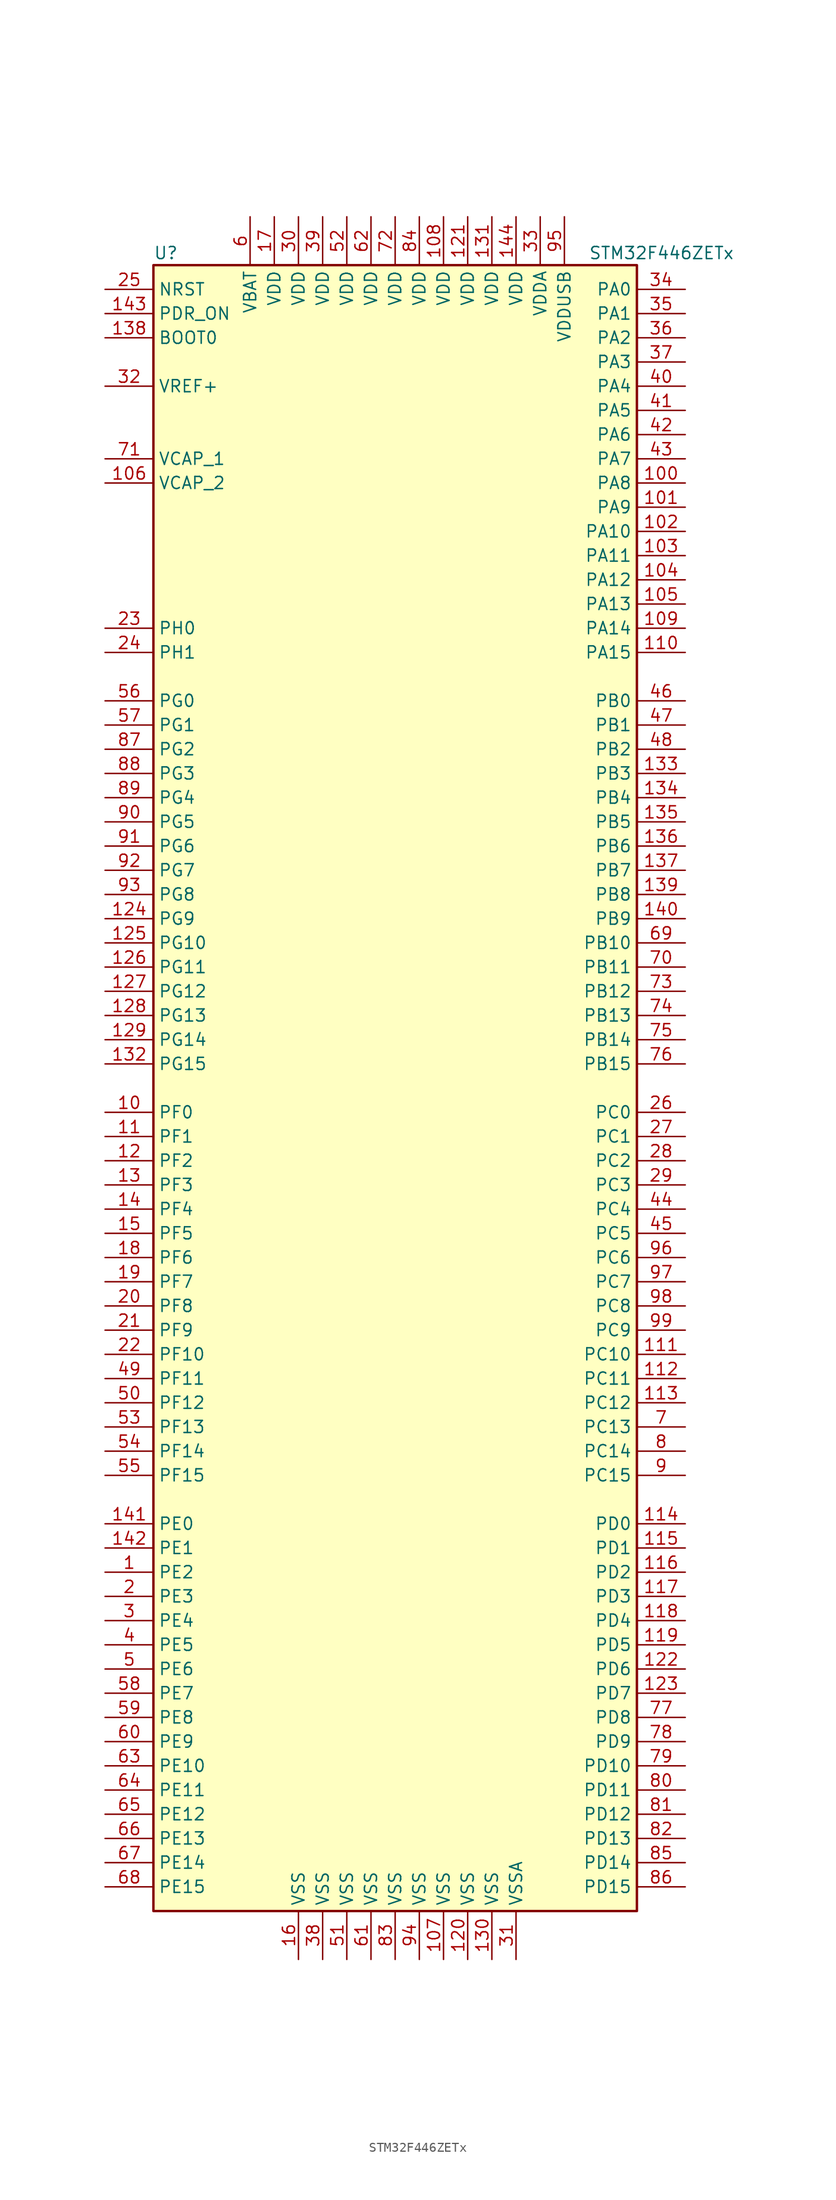
<source format=kicad_sym>
(kicad_symbol_lib
  (version 20211014)
  (generator kicad_symbol_editor)
  (symbol "STM32F446ZETx"
    (property "Reference" "U"
      (at -25.4 87.63 0)
      (effects (font (size 1.27 1.27)) (justify left)))
    (property "Value" "STM32F446ZETx"
      (at 20.32 87.63 0)
      (effects (font (size 1.27 1.27)) (justify left)))
    (symbol "STM32F446ZETx_0_1"
      (rectangle (start -25.4 -86.36) (end 25.4 86.36) (stroke (width 0.254) (type default) (color 0 0 0 0)) (fill (type background))))
    (symbol "STM32F446ZETx_1_1"
      (pin bidirectional line (at -30.48 -50.8 0) (length 5.08) (name "PE2" (effects (font (size 1.27 1.27)))) (number "1" (effects (font (size 1.27 1.27)))))
      (pin bidirectional line (at -30.48 -2.54 0) (length 5.08) (name "PF0" (effects (font (size 1.27 1.27)))) (number "10" (effects (font (size 1.27 1.27)))))
      (pin bidirectional line (at 30.48 63.5 180) (length 5.08) (name "PA8" (effects (font (size 1.27 1.27)))) (number "100" (effects (font (size 1.27 1.27)))))
      (pin bidirectional line (at 30.48 60.96 180) (length 5.08) (name "PA9" (effects (font (size 1.27 1.27)))) (number "101" (effects (font (size 1.27 1.27)))))
      (pin bidirectional line (at 30.48 58.42 180) (length 5.08) (name "PA10" (effects (font (size 1.27 1.27)))) (number "102" (effects (font (size 1.27 1.27)))))
      (pin bidirectional line (at 30.48 55.88 180) (length 5.08) (name "PA11" (effects (font (size 1.27 1.27)))) (number "103" (effects (font (size 1.27 1.27)))))
      (pin bidirectional line (at 30.48 53.34 180) (length 5.08) (name "PA12" (effects (font (size 1.27 1.27)))) (number "104" (effects (font (size 1.27 1.27)))))
      (pin bidirectional line (at 30.48 50.8 180) (length 5.08) (name "PA13" (effects (font (size 1.27 1.27)))) (number "105" (effects (font (size 1.27 1.27)))))
      (pin passive line (at -30.48 63.5 0) (length 5.08) (name "VCAP_2" (effects (font (size 1.27 1.27)))) (number "106" (effects (font (size 1.27 1.27)))))
      (pin power_in line (at 5.08 -91.44 90) (length 5.08) (name "VSS" (effects (font (size 1.27 1.27)))) (number "107" (effects (font (size 1.27 1.27)))))
      (pin power_in line (at 5.08 91.44 270) (length 5.08) (name "VDD" (effects (font (size 1.27 1.27)))) (number "108" (effects (font (size 1.27 1.27)))))
      (pin bidirectional line (at 30.48 48.26 180) (length 5.08) (name "PA14" (effects (font (size 1.27 1.27)))) (number "109" (effects (font (size 1.27 1.27)))))
      (pin bidirectional line (at -30.48 -5.08 0) (length 5.08) (name "PF1" (effects (font (size 1.27 1.27)))) (number "11" (effects (font (size 1.27 1.27)))))
      (pin bidirectional line (at 30.48 45.72 180) (length 5.08) (name "PA15" (effects (font (size 1.27 1.27)))) (number "110" (effects (font (size 1.27 1.27)))))
      (pin bidirectional line (at 30.48 -27.94 180) (length 5.08) (name "PC10" (effects (font (size 1.27 1.27)))) (number "111" (effects (font (size 1.27 1.27)))))
      (pin bidirectional line (at 30.48 -30.48 180) (length 5.08) (name "PC11" (effects (font (size 1.27 1.27)))) (number "112" (effects (font (size 1.27 1.27)))))
      (pin bidirectional line (at 30.48 -33.02 180) (length 5.08) (name "PC12" (effects (font (size 1.27 1.27)))) (number "113" (effects (font (size 1.27 1.27)))))
      (pin bidirectional line (at 30.48 -45.72 180) (length 5.08) (name "PD0" (effects (font (size 1.27 1.27)))) (number "114" (effects (font (size 1.27 1.27)))))
      (pin bidirectional line (at 30.48 -48.26 180) (length 5.08) (name "PD1" (effects (font (size 1.27 1.27)))) (number "115" (effects (font (size 1.27 1.27)))))
      (pin bidirectional line (at 30.48 -50.8 180) (length 5.08) (name "PD2" (effects (font (size 1.27 1.27)))) (number "116" (effects (font (size 1.27 1.27)))))
      (pin bidirectional line (at 30.48 -53.34 180) (length 5.08) (name "PD3" (effects (font (size 1.27 1.27)))) (number "117" (effects (font (size 1.27 1.27)))))
      (pin bidirectional line (at 30.48 -55.88 180) (length 5.08) (name "PD4" (effects (font (size 1.27 1.27)))) (number "118" (effects (font (size 1.27 1.27)))))
      (pin bidirectional line (at 30.48 -58.42 180) (length 5.08) (name "PD5" (effects (font (size 1.27 1.27)))) (number "119" (effects (font (size 1.27 1.27)))))
      (pin bidirectional line (at -30.48 -7.62 0) (length 5.08) (name "PF2" (effects (font (size 1.27 1.27)))) (number "12" (effects (font (size 1.27 1.27)))))
      (pin power_in line (at 7.62 -91.44 90) (length 5.08) (name "VSS" (effects (font (size 1.27 1.27)))) (number "120" (effects (font (size 1.27 1.27)))))
      (pin power_in line (at 7.62 91.44 270) (length 5.08) (name "VDD" (effects (font (size 1.27 1.27)))) (number "121" (effects (font (size 1.27 1.27)))))
      (pin bidirectional line (at 30.48 -60.96 180) (length 5.08) (name "PD6" (effects (font (size 1.27 1.27)))) (number "122" (effects (font (size 1.27 1.27)))))
      (pin bidirectional line (at 30.48 -63.5 180) (length 5.08) (name "PD7" (effects (font (size 1.27 1.27)))) (number "123" (effects (font (size 1.27 1.27)))))
      (pin bidirectional line (at -30.48 17.78 0) (length 5.08) (name "PG9" (effects (font (size 1.27 1.27)))) (number "124" (effects (font (size 1.27 1.27)))))
      (pin bidirectional line (at -30.48 15.24 0) (length 5.08) (name "PG10" (effects (font (size 1.27 1.27)))) (number "125" (effects (font (size 1.27 1.27)))))
      (pin bidirectional line (at -30.48 12.7 0) (length 5.08) (name "PG11" (effects (font (size 1.27 1.27)))) (number "126" (effects (font (size 1.27 1.27)))))
      (pin bidirectional line (at -30.48 10.16 0) (length 5.08) (name "PG12" (effects (font (size 1.27 1.27)))) (number "127" (effects (font (size 1.27 1.27)))))
      (pin bidirectional line (at -30.48 7.62 0) (length 5.08) (name "PG13" (effects (font (size 1.27 1.27)))) (number "128" (effects (font (size 1.27 1.27)))))
      (pin bidirectional line (at -30.48 5.08 0) (length 5.08) (name "PG14" (effects (font (size 1.27 1.27)))) (number "129" (effects (font (size 1.27 1.27)))))
      (pin bidirectional line (at -30.48 -10.16 0) (length 5.08) (name "PF3" (effects (font (size 1.27 1.27)))) (number "13" (effects (font (size 1.27 1.27)))))
      (pin power_in line (at 10.16 -91.44 90) (length 5.08) (name "VSS" (effects (font (size 1.27 1.27)))) (number "130" (effects (font (size 1.27 1.27)))))
      (pin power_in line (at 10.16 91.44 270) (length 5.08) (name "VDD" (effects (font (size 1.27 1.27)))) (number "131" (effects (font (size 1.27 1.27)))))
      (pin bidirectional line (at -30.48 2.54 0) (length 5.08) (name "PG15" (effects (font (size 1.27 1.27)))) (number "132" (effects (font (size 1.27 1.27)))))
      (pin bidirectional line (at 30.48 33.02 180) (length 5.08) (name "PB3" (effects (font (size 1.27 1.27)))) (number "133" (effects (font (size 1.27 1.27)))))
      (pin bidirectional line (at 30.48 30.48 180) (length 5.08) (name "PB4" (effects (font (size 1.27 1.27)))) (number "134" (effects (font (size 1.27 1.27)))))
      (pin bidirectional line (at 30.48 27.94 180) (length 5.08) (name "PB5" (effects (font (size 1.27 1.27)))) (number "135" (effects (font (size 1.27 1.27)))))
      (pin bidirectional line (at 30.48 25.4 180) (length 5.08) (name "PB6" (effects (font (size 1.27 1.27)))) (number "136" (effects (font (size 1.27 1.27)))))
      (pin bidirectional line (at 30.48 22.86 180) (length 5.08) (name "PB7" (effects (font (size 1.27 1.27)))) (number "137" (effects (font (size 1.27 1.27)))))
      (pin input line (at -30.48 78.74 0) (length 5.08) (name "BOOT0" (effects (font (size 1.27 1.27)))) (number "138" (effects (font (size 1.27 1.27)))))
      (pin bidirectional line (at 30.48 20.32 180) (length 5.08) (name "PB8" (effects (font (size 1.27 1.27)))) (number "139" (effects (font (size 1.27 1.27)))))
      (pin bidirectional line (at -30.48 -12.7 0) (length 5.08) (name "PF4" (effects (font (size 1.27 1.27)))) (number "14" (effects (font (size 1.27 1.27)))))
      (pin bidirectional line (at 30.48 17.78 180) (length 5.08) (name "PB9" (effects (font (size 1.27 1.27)))) (number "140" (effects (font (size 1.27 1.27)))))
      (pin bidirectional line (at -30.48 -45.72 0) (length 5.08) (name "PE0" (effects (font (size 1.27 1.27)))) (number "141" (effects (font (size 1.27 1.27)))))
      (pin bidirectional line (at -30.48 -48.26 0) (length 5.08) (name "PE1" (effects (font (size 1.27 1.27)))) (number "142" (effects (font (size 1.27 1.27)))))
      (pin input line (at -30.48 81.28 0) (length 5.08) (name "PDR_ON" (effects (font (size 1.27 1.27)))) (number "143" (effects (font (size 1.27 1.27)))))
      (pin power_in line (at 12.7 91.44 270) (length 5.08) (name "VDD" (effects (font (size 1.27 1.27)))) (number "144" (effects (font (size 1.27 1.27)))))
      (pin bidirectional line (at -30.48 -15.24 0) (length 5.08) (name "PF5" (effects (font (size 1.27 1.27)))) (number "15" (effects (font (size 1.27 1.27)))))
      (pin power_in line (at -10.16 -91.44 90) (length 5.08) (name "VSS" (effects (font (size 1.27 1.27)))) (number "16" (effects (font (size 1.27 1.27)))))
      (pin power_in line (at -12.7 91.44 270) (length 5.08) (name "VDD" (effects (font (size 1.27 1.27)))) (number "17" (effects (font (size 1.27 1.27)))))
      (pin bidirectional line (at -30.48 -17.78 0) (length 5.08) (name "PF6" (effects (font (size 1.27 1.27)))) (number "18" (effects (font (size 1.27 1.27)))))
      (pin bidirectional line (at -30.48 -20.32 0) (length 5.08) (name "PF7" (effects (font (size 1.27 1.27)))) (number "19" (effects (font (size 1.27 1.27)))))
      (pin bidirectional line (at -30.48 -53.34 0) (length 5.08) (name "PE3" (effects (font (size 1.27 1.27)))) (number "2" (effects (font (size 1.27 1.27)))))
      (pin bidirectional line (at -30.48 -22.86 0) (length 5.08) (name "PF8" (effects (font (size 1.27 1.27)))) (number "20" (effects (font (size 1.27 1.27)))))
      (pin bidirectional line (at -30.48 -25.4 0) (length 5.08) (name "PF9" (effects (font (size 1.27 1.27)))) (number "21" (effects (font (size 1.27 1.27)))))
      (pin bidirectional line (at -30.48 -27.94 0) (length 5.08) (name "PF10" (effects (font (size 1.27 1.27)))) (number "22" (effects (font (size 1.27 1.27)))))
      (pin input line (at -30.48 48.26 0) (length 5.08) (name "PH0" (effects (font (size 1.27 1.27)))) (number "23" (effects (font (size 1.27 1.27)))))
      (pin input line (at -30.48 45.72 0) (length 5.08) (name "PH1" (effects (font (size 1.27 1.27)))) (number "24" (effects (font (size 1.27 1.27)))))
      (pin input line (at -30.48 83.82 0) (length 5.08) (name "NRST" (effects (font (size 1.27 1.27)))) (number "25" (effects (font (size 1.27 1.27)))))
      (pin bidirectional line (at 30.48 -2.54 180) (length 5.08) (name "PC0" (effects (font (size 1.27 1.27)))) (number "26" (effects (font (size 1.27 1.27)))))
      (pin bidirectional line (at 30.48 -5.08 180) (length 5.08) (name "PC1" (effects (font (size 1.27 1.27)))) (number "27" (effects (font (size 1.27 1.27)))))
      (pin bidirectional line (at 30.48 -7.62 180) (length 5.08) (name "PC2" (effects (font (size 1.27 1.27)))) (number "28" (effects (font (size 1.27 1.27)))))
      (pin bidirectional line (at 30.48 -10.16 180) (length 5.08) (name "PC3" (effects (font (size 1.27 1.27)))) (number "29" (effects (font (size 1.27 1.27)))))
      (pin bidirectional line (at -30.48 -55.88 0) (length 5.08) (name "PE4" (effects (font (size 1.27 1.27)))) (number "3" (effects (font (size 1.27 1.27)))))
      (pin power_in line (at -10.16 91.44 270) (length 5.08) (name "VDD" (effects (font (size 1.27 1.27)))) (number "30" (effects (font (size 1.27 1.27)))))
      (pin power_in line (at 12.7 -91.44 90) (length 5.08) (name "VSSA" (effects (font (size 1.27 1.27)))) (number "31" (effects (font (size 1.27 1.27)))))
      (pin power_in line (at -30.48 73.66 0) (length 5.08) (name "VREF+" (effects (font (size 1.27 1.27)))) (number "32" (effects (font (size 1.27 1.27)))))
      (pin power_in line (at 15.24 91.44 270) (length 5.08) (name "VDDA" (effects (font (size 1.27 1.27)))) (number "33" (effects (font (size 1.27 1.27)))))
      (pin bidirectional line (at 30.48 83.82 180) (length 5.08) (name "PA0" (effects (font (size 1.27 1.27)))) (number "34" (effects (font (size 1.27 1.27)))))
      (pin bidirectional line (at 30.48 81.28 180) (length 5.08) (name "PA1" (effects (font (size 1.27 1.27)))) (number "35" (effects (font (size 1.27 1.27)))))
      (pin bidirectional line (at 30.48 78.74 180) (length 5.08) (name "PA2" (effects (font (size 1.27 1.27)))) (number "36" (effects (font (size 1.27 1.27)))))
      (pin bidirectional line (at 30.48 76.2 180) (length 5.08) (name "PA3" (effects (font (size 1.27 1.27)))) (number "37" (effects (font (size 1.27 1.27)))))
      (pin power_in line (at -7.62 -91.44 90) (length 5.08) (name "VSS" (effects (font (size 1.27 1.27)))) (number "38" (effects (font (size 1.27 1.27)))))
      (pin power_in line (at -7.62 91.44 270) (length 5.08) (name "VDD" (effects (font (size 1.27 1.27)))) (number "39" (effects (font (size 1.27 1.27)))))
      (pin bidirectional line (at -30.48 -58.42 0) (length 5.08) (name "PE5" (effects (font (size 1.27 1.27)))) (number "4" (effects (font (size 1.27 1.27)))))
      (pin bidirectional line (at 30.48 73.66 180) (length 5.08) (name "PA4" (effects (font (size 1.27 1.27)))) (number "40" (effects (font (size 1.27 1.27)))))
      (pin bidirectional line (at 30.48 71.12 180) (length 5.08) (name "PA5" (effects (font (size 1.27 1.27)))) (number "41" (effects (font (size 1.27 1.27)))))
      (pin bidirectional line (at 30.48 68.58 180) (length 5.08) (name "PA6" (effects (font (size 1.27 1.27)))) (number "42" (effects (font (size 1.27 1.27)))))
      (pin bidirectional line (at 30.48 66.04 180) (length 5.08) (name "PA7" (effects (font (size 1.27 1.27)))) (number "43" (effects (font (size 1.27 1.27)))))
      (pin bidirectional line (at 30.48 -12.7 180) (length 5.08) (name "PC4" (effects (font (size 1.27 1.27)))) (number "44" (effects (font (size 1.27 1.27)))))
      (pin bidirectional line (at 30.48 -15.24 180) (length 5.08) (name "PC5" (effects (font (size 1.27 1.27)))) (number "45" (effects (font (size 1.27 1.27)))))
      (pin bidirectional line (at 30.48 40.64 180) (length 5.08) (name "PB0" (effects (font (size 1.27 1.27)))) (number "46" (effects (font (size 1.27 1.27)))))
      (pin bidirectional line (at 30.48 38.1 180) (length 5.08) (name "PB1" (effects (font (size 1.27 1.27)))) (number "47" (effects (font (size 1.27 1.27)))))
      (pin bidirectional line (at 30.48 35.56 180) (length 5.08) (name "PB2" (effects (font (size 1.27 1.27)))) (number "48" (effects (font (size 1.27 1.27)))))
      (pin bidirectional line (at -30.48 -30.48 0) (length 5.08) (name "PF11" (effects (font (size 1.27 1.27)))) (number "49" (effects (font (size 1.27 1.27)))))
      (pin bidirectional line (at -30.48 -60.96 0) (length 5.08) (name "PE6" (effects (font (size 1.27 1.27)))) (number "5" (effects (font (size 1.27 1.27)))))
      (pin bidirectional line (at -30.48 -33.02 0) (length 5.08) (name "PF12" (effects (font (size 1.27 1.27)))) (number "50" (effects (font (size 1.27 1.27)))))
      (pin power_in line (at -5.08 -91.44 90) (length 5.08) (name "VSS" (effects (font (size 1.27 1.27)))) (number "51" (effects (font (size 1.27 1.27)))))
      (pin power_in line (at -5.08 91.44 270) (length 5.08) (name "VDD" (effects (font (size 1.27 1.27)))) (number "52" (effects (font (size 1.27 1.27)))))
      (pin bidirectional line (at -30.48 -35.56 0) (length 5.08) (name "PF13" (effects (font (size 1.27 1.27)))) (number "53" (effects (font (size 1.27 1.27)))))
      (pin bidirectional line (at -30.48 -38.1 0) (length 5.08) (name "PF14" (effects (font (size 1.27 1.27)))) (number "54" (effects (font (size 1.27 1.27)))))
      (pin bidirectional line (at -30.48 -40.64 0) (length 5.08) (name "PF15" (effects (font (size 1.27 1.27)))) (number "55" (effects (font (size 1.27 1.27)))))
      (pin bidirectional line (at -30.48 40.64 0) (length 5.08) (name "PG0" (effects (font (size 1.27 1.27)))) (number "56" (effects (font (size 1.27 1.27)))))
      (pin bidirectional line (at -30.48 38.1 0) (length 5.08) (name "PG1" (effects (font (size 1.27 1.27)))) (number "57" (effects (font (size 1.27 1.27)))))
      (pin bidirectional line (at -30.48 -63.5 0) (length 5.08) (name "PE7" (effects (font (size 1.27 1.27)))) (number "58" (effects (font (size 1.27 1.27)))))
      (pin bidirectional line (at -30.48 -66.04 0) (length 5.08) (name "PE8" (effects (font (size 1.27 1.27)))) (number "59" (effects (font (size 1.27 1.27)))))
      (pin power_in line (at -15.24 91.44 270) (length 5.08) (name "VBAT" (effects (font (size 1.27 1.27)))) (number "6" (effects (font (size 1.27 1.27)))))
      (pin bidirectional line (at -30.48 -68.58 0) (length 5.08) (name "PE9" (effects (font (size 1.27 1.27)))) (number "60" (effects (font (size 1.27 1.27)))))
      (pin power_in line (at -2.54 -91.44 90) (length 5.08) (name "VSS" (effects (font (size 1.27 1.27)))) (number "61" (effects (font (size 1.27 1.27)))))
      (pin power_in line (at -2.54 91.44 270) (length 5.08) (name "VDD" (effects (font (size 1.27 1.27)))) (number "62" (effects (font (size 1.27 1.27)))))
      (pin bidirectional line (at -30.48 -71.12 0) (length 5.08) (name "PE10" (effects (font (size 1.27 1.27)))) (number "63" (effects (font (size 1.27 1.27)))))
      (pin bidirectional line (at -30.48 -73.66 0) (length 5.08) (name "PE11" (effects (font (size 1.27 1.27)))) (number "64" (effects (font (size 1.27 1.27)))))
      (pin bidirectional line (at -30.48 -76.2 0) (length 5.08) (name "PE12" (effects (font (size 1.27 1.27)))) (number "65" (effects (font (size 1.27 1.27)))))
      (pin bidirectional line (at -30.48 -78.74 0) (length 5.08) (name "PE13" (effects (font (size 1.27 1.27)))) (number "66" (effects (font (size 1.27 1.27)))))
      (pin bidirectional line (at -30.48 -81.28 0) (length 5.08) (name "PE14" (effects (font (size 1.27 1.27)))) (number "67" (effects (font (size 1.27 1.27)))))
      (pin bidirectional line (at -30.48 -83.82 0) (length 5.08) (name "PE15" (effects (font (size 1.27 1.27)))) (number "68" (effects (font (size 1.27 1.27)))))
      (pin bidirectional line (at 30.48 15.24 180) (length 5.08) (name "PB10" (effects (font (size 1.27 1.27)))) (number "69" (effects (font (size 1.27 1.27)))))
      (pin bidirectional line (at 30.48 -35.56 180) (length 5.08) (name "PC13" (effects (font (size 1.27 1.27)))) (number "7" (effects (font (size 1.27 1.27)))))
      (pin bidirectional line (at 30.48 12.7 180) (length 5.08) (name "PB11" (effects (font (size 1.27 1.27)))) (number "70" (effects (font (size 1.27 1.27)))))
      (pin passive line (at -30.48 66.04 0) (length 5.08) (name "VCAP_1" (effects (font (size 1.27 1.27)))) (number "71" (effects (font (size 1.27 1.27)))))
      (pin power_in line (at 0 91.44 270) (length 5.08) (name "VDD" (effects (font (size 1.27 1.27)))) (number "72" (effects (font (size 1.27 1.27)))))
      (pin bidirectional line (at 30.48 10.16 180) (length 5.08) (name "PB12" (effects (font (size 1.27 1.27)))) (number "73" (effects (font (size 1.27 1.27)))))
      (pin bidirectional line (at 30.48 7.62 180) (length 5.08) (name "PB13" (effects (font (size 1.27 1.27)))) (number "74" (effects (font (size 1.27 1.27)))))
      (pin bidirectional line (at 30.48 5.08 180) (length 5.08) (name "PB14" (effects (font (size 1.27 1.27)))) (number "75" (effects (font (size 1.27 1.27)))))
      (pin bidirectional line (at 30.48 2.54 180) (length 5.08) (name "PB15" (effects (font (size 1.27 1.27)))) (number "76" (effects (font (size 1.27 1.27)))))
      (pin bidirectional line (at 30.48 -66.04 180) (length 5.08) (name "PD8" (effects (font (size 1.27 1.27)))) (number "77" (effects (font (size 1.27 1.27)))))
      (pin bidirectional line (at 30.48 -68.58 180) (length 5.08) (name "PD9" (effects (font (size 1.27 1.27)))) (number "78" (effects (font (size 1.27 1.27)))))
      (pin bidirectional line (at 30.48 -71.12 180) (length 5.08) (name "PD10" (effects (font (size 1.27 1.27)))) (number "79" (effects (font (size 1.27 1.27)))))
      (pin bidirectional line (at 30.48 -38.1 180) (length 5.08) (name "PC14" (effects (font (size 1.27 1.27)))) (number "8" (effects (font (size 1.27 1.27)))))
      (pin bidirectional line (at 30.48 -73.66 180) (length 5.08) (name "PD11" (effects (font (size 1.27 1.27)))) (number "80" (effects (font (size 1.27 1.27)))))
      (pin bidirectional line (at 30.48 -76.2 180) (length 5.08) (name "PD12" (effects (font (size 1.27 1.27)))) (number "81" (effects (font (size 1.27 1.27)))))
      (pin bidirectional line (at 30.48 -78.74 180) (length 5.08) (name "PD13" (effects (font (size 1.27 1.27)))) (number "82" (effects (font (size 1.27 1.27)))))
      (pin power_in line (at 0 -91.44 90) (length 5.08) (name "VSS" (effects (font (size 1.27 1.27)))) (number "83" (effects (font (size 1.27 1.27)))))
      (pin power_in line (at 2.54 91.44 270) (length 5.08) (name "VDD" (effects (font (size 1.27 1.27)))) (number "84" (effects (font (size 1.27 1.27)))))
      (pin bidirectional line (at 30.48 -81.28 180) (length 5.08) (name "PD14" (effects (font (size 1.27 1.27)))) (number "85" (effects (font (size 1.27 1.27)))))
      (pin bidirectional line (at 30.48 -83.82 180) (length 5.08) (name "PD15" (effects (font (size 1.27 1.27)))) (number "86" (effects (font (size 1.27 1.27)))))
      (pin bidirectional line (at -30.48 35.56 0) (length 5.08) (name "PG2" (effects (font (size 1.27 1.27)))) (number "87" (effects (font (size 1.27 1.27)))))
      (pin bidirectional line (at -30.48 33.02 0) (length 5.08) (name "PG3" (effects (font (size 1.27 1.27)))) (number "88" (effects (font (size 1.27 1.27)))))
      (pin bidirectional line (at -30.48 30.48 0) (length 5.08) (name "PG4" (effects (font (size 1.27 1.27)))) (number "89" (effects (font (size 1.27 1.27)))))
      (pin bidirectional line (at 30.48 -40.64 180) (length 5.08) (name "PC15" (effects (font (size 1.27 1.27)))) (number "9" (effects (font (size 1.27 1.27)))))
      (pin bidirectional line (at -30.48 27.94 0) (length 5.08) (name "PG5" (effects (font (size 1.27 1.27)))) (number "90" (effects (font (size 1.27 1.27)))))
      (pin bidirectional line (at -30.48 25.4 0) (length 5.08) (name "PG6" (effects (font (size 1.27 1.27)))) (number "91" (effects (font (size 1.27 1.27)))))
      (pin bidirectional line (at -30.48 22.86 0) (length 5.08) (name "PG7" (effects (font (size 1.27 1.27)))) (number "92" (effects (font (size 1.27 1.27)))))
      (pin bidirectional line (at -30.48 20.32 0) (length 5.08) (name "PG8" (effects (font (size 1.27 1.27)))) (number "93" (effects (font (size 1.27 1.27)))))
      (pin power_in line (at 2.54 -91.44 90) (length 5.08) (name "VSS" (effects (font (size 1.27 1.27)))) (number "94" (effects (font (size 1.27 1.27)))))
      (pin power_in line (at 17.78 91.44 270) (length 5.08) (name "VDDUSB" (effects (font (size 1.27 1.27)))) (number "95" (effects (font (size 1.27 1.27)))))
      (pin bidirectional line (at 30.48 -17.78 180) (length 5.08) (name "PC6" (effects (font (size 1.27 1.27)))) (number "96" (effects (font (size 1.27 1.27)))))
      (pin bidirectional line (at 30.48 -20.32 180) (length 5.08) (name "PC7" (effects (font (size 1.27 1.27)))) (number "97" (effects (font (size 1.27 1.27)))))
      (pin bidirectional line (at 30.48 -22.86 180) (length 5.08) (name "PC8" (effects (font (size 1.27 1.27)))) (number "98" (effects (font (size 1.27 1.27)))))
      (pin bidirectional line (at 30.48 -25.4 180) (length 5.08) (name "PC9" (effects (font (size 1.27 1.27)))) (number "99" (effects (font (size 1.27 1.27))))))))
</source>
